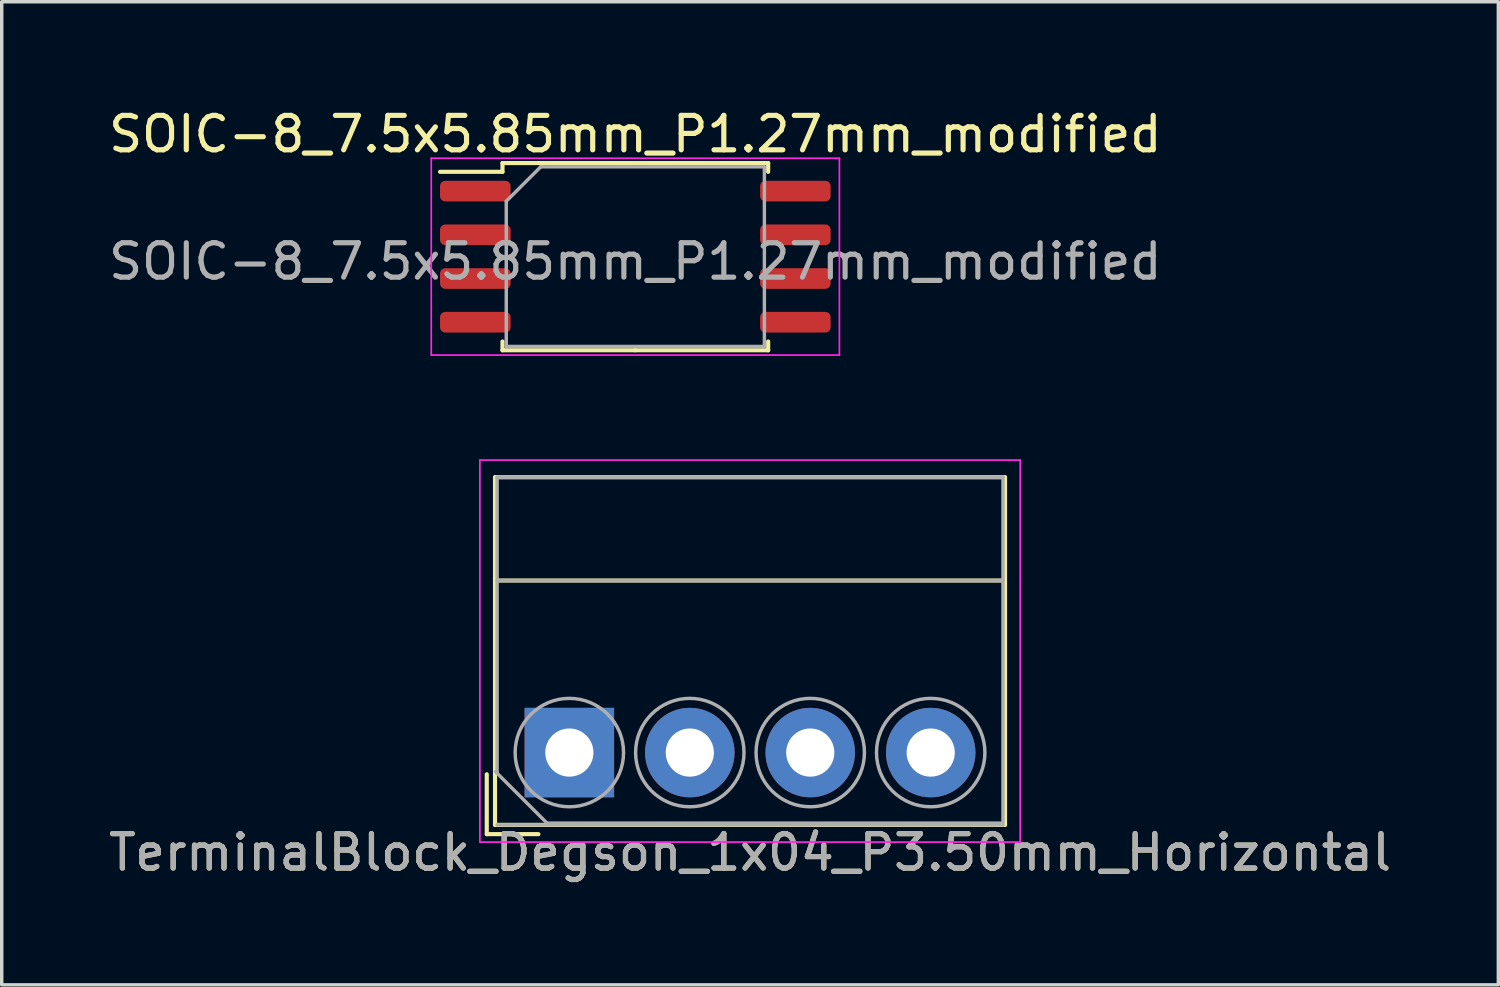
<source format=kicad_pcb>
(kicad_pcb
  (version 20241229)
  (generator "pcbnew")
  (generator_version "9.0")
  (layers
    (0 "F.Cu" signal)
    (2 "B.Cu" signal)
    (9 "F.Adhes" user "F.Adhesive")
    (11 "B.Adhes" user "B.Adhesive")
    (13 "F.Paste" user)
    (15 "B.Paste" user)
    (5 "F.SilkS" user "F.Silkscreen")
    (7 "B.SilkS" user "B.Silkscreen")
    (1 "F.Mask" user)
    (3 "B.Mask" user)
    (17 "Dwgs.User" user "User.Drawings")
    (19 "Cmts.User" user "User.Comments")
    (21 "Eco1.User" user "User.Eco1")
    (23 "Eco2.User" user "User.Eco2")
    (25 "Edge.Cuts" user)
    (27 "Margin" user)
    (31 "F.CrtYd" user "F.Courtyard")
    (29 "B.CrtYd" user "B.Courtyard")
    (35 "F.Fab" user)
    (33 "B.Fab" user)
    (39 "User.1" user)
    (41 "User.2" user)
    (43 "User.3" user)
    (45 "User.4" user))
  (footprint "SOIC-8_7.5x5.85mm_P1.27mm_modified"
    (layer "F.Cu")
    (at 15.411 4.448)
    (property "Reference" "SOIC-8_7.5x5.85mm_P1.27mm_modified" (at 0 -3.6 0) (layer "F.SilkS") (effects (font (size 1 1) (thickness 0.15))))
    (attr smd)
    (fp_line (start -3.86 -2.76) (end -3.86 -2.505) (stroke (width 0.12) (type solid)) (layer "F.SilkS"))
    (fp_line (start -3.86 -2.505) (end -5.675 -2.505) (stroke (width 0.12) (type solid)) (layer "F.SilkS"))
    (fp_line (start -3.86 2.68) (end -3.86 2.425) (stroke (width 0.12) (type solid)) (layer "F.SilkS"))
    (fp_line (start 0 -2.76) (end -3.86 -2.76) (stroke (width 0.12) (type solid)) (layer "F.SilkS"))
    (fp_line (start 0 -2.76) (end 3.86 -2.76) (stroke (width 0.12) (type solid)) (layer "F.SilkS"))
    (fp_line (start 0 2.68) (end -3.86 2.68) (stroke (width 0.12) (type solid)) (layer "F.SilkS"))
    (fp_line (start 0 2.68) (end 3.86 2.68) (stroke (width 0.12) (type solid)) (layer "F.SilkS"))
    (fp_line (start 3.86 -2.76) (end 3.86 -2.505) (stroke (width 0.12) (type solid)) (layer "F.SilkS"))
    (fp_line (start 3.86 2.68) (end 3.86 2.425) (stroke (width 0.12) (type solid)) (layer "F.SilkS"))
    (fp_line (start -5.93 -2.9) (end -5.93 2.82) (stroke (width 0.05) (type solid)) (layer "F.CrtYd"))
    (fp_line (start -5.93 2.82) (end 5.93 2.82) (stroke (width 0.05) (type solid)) (layer "F.CrtYd"))
    (fp_line (start 5.93 -2.9) (end -5.93 -2.9) (stroke (width 0.05) (type solid)) (layer "F.CrtYd"))
    (fp_line (start 5.93 2.82) (end 5.93 -2.9) (stroke (width 0.05) (type solid)) (layer "F.CrtYd"))
    (fp_line (start -3.75 -1.65) (end -2.75 -2.65) (stroke (width 0.1) (type solid)) (layer "F.Fab"))
    (fp_line (start -3.75 2.57) (end -3.75 -1.65) (stroke (width 0.1) (type solid)) (layer "F.Fab"))
    (fp_line (start -2.75 -2.65) (end 3.75 -2.65) (stroke (width 0.1) (type solid)) (layer "F.Fab"))
    (fp_line (start 3.75 -2.65) (end 3.75 2.57) (stroke (width 0.1) (type solid)) (layer "F.Fab"))
    (fp_line (start 3.75 2.57) (end -3.75 2.57) (stroke (width 0.1) (type solid)) (layer "F.Fab"))
    (fp_text user "${REFERENCE}" (at 0 0.1 0) (layer "F.Fab") (effects (font (size 1 1) (thickness 0.15))))
    (pad "1" smd roundrect (at -4.65 -1.945) (size 2.05 0.6) (layers "F.Cu" "F.Mask" "F.Paste") (roundrect_rratio 0.25))
    (pad "2" smd roundrect (at -4.65 -0.675) (size 2.05 0.6) (layers "F.Cu" "F.Mask" "F.Paste") (roundrect_rratio 0.25))
    (pad "3" smd roundrect (at -4.65 0.595) (size 2.05 0.6) (layers "F.Cu" "F.Mask" "F.Paste") (roundrect_rratio 0.25))
    (pad "4" smd roundrect (at -4.65 1.865) (size 2.05 0.6) (layers "F.Cu" "F.Mask" "F.Paste") (roundrect_rratio 0.25))
    (pad "5" smd roundrect (at 4.65 1.865) (size 2.05 0.6) (layers "F.Cu" "F.Mask" "F.Paste") (roundrect_rratio 0.25))
    (pad "6" smd roundrect (at 4.65 0.595) (size 2.05 0.6) (layers "F.Cu" "F.Mask" "F.Paste") (roundrect_rratio 0.25))
    (pad "7" smd roundrect (at 4.65 -0.675) (size 2.05 0.6) (layers "F.Cu" "F.Mask" "F.Paste") (roundrect_rratio 0.25))
    (pad "8" smd roundrect (at 4.65 -1.945) (size 2.05 0.6) (layers "F.Cu" "F.Mask" "F.Paste") (roundrect_rratio 0.25)))
  (footprint "TerminalBlock_Degson_1x04_P3.50mm_Horizontal"
    (layer "F.Cu")
    (at 13.494 18.818)
    (property "Reference" "TerminalBlock_Degson_1x04_P3.50mm_Horizontal" (at 5.25 2.9 0) (layer "F.SilkS") (effects (font (size 1 1) (thickness 0.15))))
    (attr through_hole)
    (fp_line (start -2.4 0.63) (end -2.4 2.37) (stroke (width 0.12) (type solid)) (layer "F.SilkS"))
    (fp_line (start -2.4 2.37) (end -0.9 2.37) (stroke (width 0.12) (type solid)) (layer "F.SilkS"))
    (fp_line (start -2.16 -8) (end -2.16 2.1) (stroke (width 0.12) (type solid)) (layer "F.SilkS"))
    (fp_line (start -2.16 -8) (end 12.66 -8) (stroke (width 0.12) (type solid)) (layer "F.SilkS"))
    (fp_line (start -2.16 2.1) (end 12.66 2.1) (stroke (width 0.12) (type solid)) (layer "F.SilkS"))
    (fp_line (start -2.1 -5) (end 12.6 -5) (stroke (width 0.12) (type solid)) (layer "F.SilkS"))
    (fp_line (start 12.66 -8) (end 12.66 2.1) (stroke (width 0.12) (type solid)) (layer "F.SilkS"))
    (fp_line (start -2.6 -8.5) (end -2.6 2.6) (stroke (width 0.05) (type solid)) (layer "F.CrtYd"))
    (fp_line (start -2.6 2.6) (end 13.1 2.6) (stroke (width 0.05) (type solid)) (layer "F.CrtYd"))
    (fp_line (start 13.1 -8.5) (end -2.6 -8.5) (stroke (width 0.05) (type solid)) (layer "F.CrtYd"))
    (fp_line (start 13.1 2.6) (end 13.1 -8.5) (stroke (width 0.05) (type solid)) (layer "F.CrtYd"))
    (fp_line (start -2.1 -8) (end 12.6 -8) (stroke (width 0.1) (type solid)) (layer "F.Fab"))
    (fp_line (start -2.1 -5) (end 12.6 -5) (stroke (width 0.1) (type solid)) (layer "F.Fab"))
    (fp_line (start -2.1 0.6) (end -2.1 -8) (stroke (width 0.1) (type solid)) (layer "F.Fab"))
    (fp_line (start -2.1 2.1) (end 12.6 2.1) (stroke (width 0.1) (type solid)) (layer "F.Fab"))
    (fp_line (start -0.65 2.05) (end -2.15 0.55) (stroke (width 0.1) (type solid)) (layer "F.Fab"))
    (fp_line (start 12.55 2.05) (end -0.65 2.05) (stroke (width 0.1) (type solid)) (layer "F.Fab"))
    (fp_line (start 12.6 -8) (end 12.6 2.1) (stroke (width 0.1) (type solid)) (layer "F.Fab"))
    (fp_circle (center 0 0) (end 1.575 0) (stroke (width 0.1) (type solid)) (fill no) (layer "F.Fab"))
    (fp_circle (center 3.5 0) (end 5.075 0) (stroke (width 0.1) (type solid)) (fill no) (layer "F.Fab"))
    (fp_circle (center 7 0) (end 8.575 0) (stroke (width 0.1) (type solid)) (fill no) (layer "F.Fab"))
    (fp_circle (center 10.5 0) (end 12.075 0) (stroke (width 0.1) (type solid)) (fill no) (layer "F.Fab"))
    (fp_text user "${REFERENCE}" (at 5.25 2.9 0) (layer "F.Fab") (effects (font (size 1 1) (thickness 0.15))))
    (pad "1" thru_hole rect (at 0 0) (size 2.6 2.6) (drill 1.4) (layers "*.Cu" "*.Mask"))
    (pad "2" thru_hole circle (at 3.5 0) (size 2.6 2.6) (drill 1.4) (layers "*.Cu" "*.Mask"))
    (pad "3" thru_hole circle (at 7 0) (size 2.6 2.6) (drill 1.4) (layers "*.Cu" "*.Mask"))
    (pad "4" thru_hole circle (at 10.5 0) (size 2.6 2.6) (drill 1.4) (layers "*.Cu" "*.Mask")))
  (gr_rect
    (start -3 -3)
    (end 40.488 25.567)
    (stroke (width 0.1) (type default))
    (fill no)
    (layer "Edge.Cuts")))
</source>
